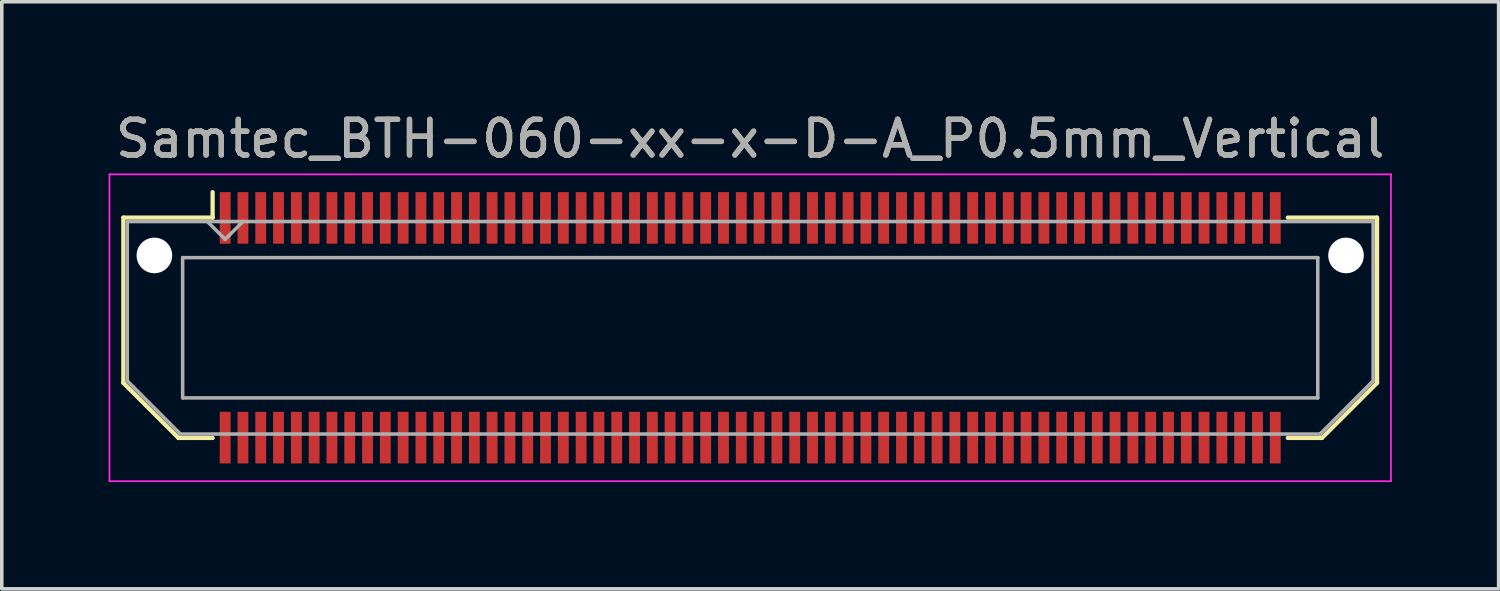
<source format=kicad_pcb>
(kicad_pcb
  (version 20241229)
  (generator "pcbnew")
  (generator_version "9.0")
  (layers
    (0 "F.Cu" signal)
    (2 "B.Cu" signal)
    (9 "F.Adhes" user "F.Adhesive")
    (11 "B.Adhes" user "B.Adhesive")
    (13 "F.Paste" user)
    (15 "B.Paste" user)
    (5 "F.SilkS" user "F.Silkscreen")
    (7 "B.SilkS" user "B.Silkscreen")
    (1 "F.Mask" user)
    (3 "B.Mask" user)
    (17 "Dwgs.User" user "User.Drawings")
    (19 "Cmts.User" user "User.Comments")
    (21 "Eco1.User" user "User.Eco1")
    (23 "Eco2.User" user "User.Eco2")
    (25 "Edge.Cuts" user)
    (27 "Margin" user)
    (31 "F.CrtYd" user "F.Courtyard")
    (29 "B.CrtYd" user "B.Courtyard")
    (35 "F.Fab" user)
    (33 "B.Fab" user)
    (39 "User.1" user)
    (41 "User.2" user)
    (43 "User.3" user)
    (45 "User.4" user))
  (footprint "Samtec_BTH-060-xx-x-D-A_P0.5mm_Vertical"
    (layer "F.Cu")
    (at 18.025 6.158)
    (property "Reference" "Samtec_BTH-060-xx-x-D-A_P0.5mm_Vertical" (at 0 -5.31 0) (layer "F.SilkS") (effects (font (size 1 1) (thickness 0.15))))
    (attr smd)
    (fp_line (start -17.61 -3.095) (end -17.61 1.548) (stroke (width 0.12) (type solid)) (layer "F.SilkS"))
    (fp_line (start -17.61 1.548) (end -16.062 3.095) (stroke (width 0.12) (type solid)) (layer "F.SilkS"))
    (fp_line (start -16.062 3.095) (end -15.102 3.095) (stroke (width 0.12) (type solid)) (layer "F.SilkS"))
    (fp_line (start -15.102 -3.811) (end -15.102 -3.095) (stroke (width 0.12) (type solid)) (layer "F.SilkS"))
    (fp_line (start -15.102 -3.095) (end -17.61 -3.095) (stroke (width 0.12) (type solid)) (layer "F.SilkS"))
    (fp_line (start 15.102 -3.095) (end 17.61 -3.095) (stroke (width 0.12) (type solid)) (layer "F.SilkS"))
    (fp_line (start 16.062 3.095) (end 15.102 3.095) (stroke (width 0.12) (type solid)) (layer "F.SilkS"))
    (fp_line (start 17.61 -3.095) (end 17.61 1.548) (stroke (width 0.12) (type solid)) (layer "F.SilkS"))
    (fp_line (start 17.61 1.548) (end 16.062 3.095) (stroke (width 0.12) (type solid)) (layer "F.SilkS"))
    (fp_line (start -18 -4.31) (end -18 4.31) (stroke (width 0.05) (type solid)) (layer "F.CrtYd"))
    (fp_line (start -18 4.31) (end 18 4.31) (stroke (width 0.05) (type solid)) (layer "F.CrtYd"))
    (fp_line (start 18 -4.31) (end -18 -4.31) (stroke (width 0.05) (type solid)) (layer "F.CrtYd"))
    (fp_line (start 18 4.31) (end 18 -4.31) (stroke (width 0.05) (type solid)) (layer "F.CrtYd"))
    (fp_line (start -17.5 -2.985) (end -17.5 1.492) (stroke (width 0.1) (type solid)) (layer "F.Fab"))
    (fp_line (start -17.5 -2.985) (end 17.5 -2.985) (stroke (width 0.1) (type solid)) (layer "F.Fab"))
    (fp_line (start -17.5 1.492) (end -16.008 2.985) (stroke (width 0.1) (type solid)) (layer "F.Fab"))
    (fp_line (start -16.008 2.985) (end 16.008 2.985) (stroke (width 0.1) (type solid)) (layer "F.Fab"))
    (fp_line (start -15.944 -1.97) (end -15.944 1.97) (stroke (width 0.1) (type solid)) (layer "F.Fab"))
    (fp_line (start -15.944 1.97) (end 15.944 1.97) (stroke (width 0.1) (type solid)) (layer "F.Fab"))
    (fp_line (start -14.75 -2.485) (end -15.25 -2.985) (stroke (width 0.1) (type solid)) (layer "F.Fab"))
    (fp_line (start -14.25 -2.985) (end -14.75 -2.485) (stroke (width 0.1) (type solid)) (layer "F.Fab"))
    (fp_line (start 15.944 -1.97) (end -15.944 -1.97) (stroke (width 0.1) (type solid)) (layer "F.Fab"))
    (fp_line (start 15.944 1.97) (end 15.944 -1.97) (stroke (width 0.1) (type solid)) (layer "F.Fab"))
    (fp_line (start 17.5 -2.985) (end 17.5 1.492) (stroke (width 0.1) (type solid)) (layer "F.Fab"))
    (fp_line (start 17.5 1.492) (end 16.008 2.985) (stroke (width 0.1) (type solid)) (layer "F.Fab"))
    (fp_text user "${REFERENCE}" (at 0 -5.31 0) (layer "F.Fab") (effects (font (size 1 1) (thickness 0.15))))
    (pad "" np_thru_hole circle (at -16.738 -2.032) (size 1 1) (drill 1) (layers "*.Cu" "*.Mask"))
    (pad "" np_thru_hole circle (at 16.738 -2.032) (size 1 1) (drill 1) (layers "*.Cu" "*.Mask"))
    (pad "1" smd rect (at -14.75 -3.086) (size 0.305 1.45) (layers "F.Cu" "F.Mask" "F.Paste"))
    (pad "2" smd rect (at -14.75 3.086) (size 0.305 1.45) (layers "F.Cu" "F.Mask" "F.Paste"))
    (pad "3" smd rect (at -14.25 -3.086) (size 0.305 1.45) (layers "F.Cu" "F.Mask" "F.Paste"))
    (pad "4" smd rect (at -14.25 3.086) (size 0.305 1.45) (layers "F.Cu" "F.Mask" "F.Paste"))
    (pad "5" smd rect (at -13.75 -3.086) (size 0.305 1.45) (layers "F.Cu" "F.Mask" "F.Paste"))
    (pad "6" smd rect (at -13.75 3.086) (size 0.305 1.45) (layers "F.Cu" "F.Mask" "F.Paste"))
    (pad "7" smd rect (at -13.25 -3.086) (size 0.305 1.45) (layers "F.Cu" "F.Mask" "F.Paste"))
    (pad "8" smd rect (at -13.25 3.086) (size 0.305 1.45) (layers "F.Cu" "F.Mask" "F.Paste"))
    (pad "9" smd rect (at -12.75 -3.086) (size 0.305 1.45) (layers "F.Cu" "F.Mask" "F.Paste"))
    (pad "10" smd rect (at -12.75 3.086) (size 0.305 1.45) (layers "F.Cu" "F.Mask" "F.Paste"))
    (pad "11" smd rect (at -12.25 -3.086) (size 0.305 1.45) (layers "F.Cu" "F.Mask" "F.Paste"))
    (pad "12" smd rect (at -12.25 3.086) (size 0.305 1.45) (layers "F.Cu" "F.Mask" "F.Paste"))
    (pad "13" smd rect (at -11.75 -3.086) (size 0.305 1.45) (layers "F.Cu" "F.Mask" "F.Paste"))
    (pad "14" smd rect (at -11.75 3.086) (size 0.305 1.45) (layers "F.Cu" "F.Mask" "F.Paste"))
    (pad "15" smd rect (at -11.25 -3.086) (size 0.305 1.45) (layers "F.Cu" "F.Mask" "F.Paste"))
    (pad "16" smd rect (at -11.25 3.086) (size 0.305 1.45) (layers "F.Cu" "F.Mask" "F.Paste"))
    (pad "17" smd rect (at -10.75 -3.086) (size 0.305 1.45) (layers "F.Cu" "F.Mask" "F.Paste"))
    (pad "18" smd rect (at -10.75 3.086) (size 0.305 1.45) (layers "F.Cu" "F.Mask" "F.Paste"))
    (pad "19" smd rect (at -10.25 -3.086) (size 0.305 1.45) (layers "F.Cu" "F.Mask" "F.Paste"))
    (pad "20" smd rect (at -10.25 3.086) (size 0.305 1.45) (layers "F.Cu" "F.Mask" "F.Paste"))
    (pad "21" smd rect (at -9.75 -3.086) (size 0.305 1.45) (layers "F.Cu" "F.Mask" "F.Paste"))
    (pad "22" smd rect (at -9.75 3.086) (size 0.305 1.45) (layers "F.Cu" "F.Mask" "F.Paste"))
    (pad "23" smd rect (at -9.25 -3.086) (size 0.305 1.45) (layers "F.Cu" "F.Mask" "F.Paste"))
    (pad "24" smd rect (at -9.25 3.086) (size 0.305 1.45) (layers "F.Cu" "F.Mask" "F.Paste"))
    (pad "25" smd rect (at -8.75 -3.086) (size 0.305 1.45) (layers "F.Cu" "F.Mask" "F.Paste"))
    (pad "26" smd rect (at -8.75 3.086) (size 0.305 1.45) (layers "F.Cu" "F.Mask" "F.Paste"))
    (pad "27" smd rect (at -8.25 -3.086) (size 0.305 1.45) (layers "F.Cu" "F.Mask" "F.Paste"))
    (pad "28" smd rect (at -8.25 3.086) (size 0.305 1.45) (layers "F.Cu" "F.Mask" "F.Paste"))
    (pad "29" smd rect (at -7.75 -3.086) (size 0.305 1.45) (layers "F.Cu" "F.Mask" "F.Paste"))
    (pad "30" smd rect (at -7.75 3.086) (size 0.305 1.45) (layers "F.Cu" "F.Mask" "F.Paste"))
    (pad "31" smd rect (at -7.25 -3.086) (size 0.305 1.45) (layers "F.Cu" "F.Mask" "F.Paste"))
    (pad "32" smd rect (at -7.25 3.086) (size 0.305 1.45) (layers "F.Cu" "F.Mask" "F.Paste"))
    (pad "33" smd rect (at -6.75 -3.086) (size 0.305 1.45) (layers "F.Cu" "F.Mask" "F.Paste"))
    (pad "34" smd rect (at -6.75 3.086) (size 0.305 1.45) (layers "F.Cu" "F.Mask" "F.Paste"))
    (pad "35" smd rect (at -6.25 -3.086) (size 0.305 1.45) (layers "F.Cu" "F.Mask" "F.Paste"))
    (pad "36" smd rect (at -6.25 3.086) (size 0.305 1.45) (layers "F.Cu" "F.Mask" "F.Paste"))
    (pad "37" smd rect (at -5.75 -3.086) (size 0.305 1.45) (layers "F.Cu" "F.Mask" "F.Paste"))
    (pad "38" smd rect (at -5.75 3.086) (size 0.305 1.45) (layers "F.Cu" "F.Mask" "F.Paste"))
    (pad "39" smd rect (at -5.25 -3.086) (size 0.305 1.45) (layers "F.Cu" "F.Mask" "F.Paste"))
    (pad "40" smd rect (at -5.25 3.086) (size 0.305 1.45) (layers "F.Cu" "F.Mask" "F.Paste"))
    (pad "41" smd rect (at -4.75 -3.086) (size 0.305 1.45) (layers "F.Cu" "F.Mask" "F.Paste"))
    (pad "42" smd rect (at -4.75 3.086) (size 0.305 1.45) (layers "F.Cu" "F.Mask" "F.Paste"))
    (pad "43" smd rect (at -4.25 -3.086) (size 0.305 1.45) (layers "F.Cu" "F.Mask" "F.Paste"))
    (pad "44" smd rect (at -4.25 3.086) (size 0.305 1.45) (layers "F.Cu" "F.Mask" "F.Paste"))
    (pad "45" smd rect (at -3.75 -3.086) (size 0.305 1.45) (layers "F.Cu" "F.Mask" "F.Paste"))
    (pad "46" smd rect (at -3.75 3.086) (size 0.305 1.45) (layers "F.Cu" "F.Mask" "F.Paste"))
    (pad "47" smd rect (at -3.25 -3.086) (size 0.305 1.45) (layers "F.Cu" "F.Mask" "F.Paste"))
    (pad "48" smd rect (at -3.25 3.086) (size 0.305 1.45) (layers "F.Cu" "F.Mask" "F.Paste"))
    (pad "49" smd rect (at -2.75 -3.086) (size 0.305 1.45) (layers "F.Cu" "F.Mask" "F.Paste"))
    (pad "50" smd rect (at -2.75 3.086) (size 0.305 1.45) (layers "F.Cu" "F.Mask" "F.Paste"))
    (pad "51" smd rect (at -2.25 -3.086) (size 0.305 1.45) (layers "F.Cu" "F.Mask" "F.Paste"))
    (pad "52" smd rect (at -2.25 3.086) (size 0.305 1.45) (layers "F.Cu" "F.Mask" "F.Paste"))
    (pad "53" smd rect (at -1.75 -3.086) (size 0.305 1.45) (layers "F.Cu" "F.Mask" "F.Paste"))
    (pad "54" smd rect (at -1.75 3.086) (size 0.305 1.45) (layers "F.Cu" "F.Mask" "F.Paste"))
    (pad "55" smd rect (at -1.25 -3.086) (size 0.305 1.45) (layers "F.Cu" "F.Mask" "F.Paste"))
    (pad "56" smd rect (at -1.25 3.086) (size 0.305 1.45) (layers "F.Cu" "F.Mask" "F.Paste"))
    (pad "57" smd rect (at -0.75 -3.086) (size 0.305 1.45) (layers "F.Cu" "F.Mask" "F.Paste"))
    (pad "58" smd rect (at -0.75 3.086) (size 0.305 1.45) (layers "F.Cu" "F.Mask" "F.Paste"))
    (pad "59" smd rect (at -0.25 -3.086) (size 0.305 1.45) (layers "F.Cu" "F.Mask" "F.Paste"))
    (pad "60" smd rect (at -0.25 3.086) (size 0.305 1.45) (layers "F.Cu" "F.Mask" "F.Paste"))
    (pad "61" smd rect (at 0.25 -3.086) (size 0.305 1.45) (layers "F.Cu" "F.Mask" "F.Paste"))
    (pad "62" smd rect (at 0.25 3.086) (size 0.305 1.45) (layers "F.Cu" "F.Mask" "F.Paste"))
    (pad "63" smd rect (at 0.75 -3.086) (size 0.305 1.45) (layers "F.Cu" "F.Mask" "F.Paste"))
    (pad "64" smd rect (at 0.75 3.086) (size 0.305 1.45) (layers "F.Cu" "F.Mask" "F.Paste"))
    (pad "65" smd rect (at 1.25 -3.086) (size 0.305 1.45) (layers "F.Cu" "F.Mask" "F.Paste"))
    (pad "66" smd rect (at 1.25 3.086) (size 0.305 1.45) (layers "F.Cu" "F.Mask" "F.Paste"))
    (pad "67" smd rect (at 1.75 -3.086) (size 0.305 1.45) (layers "F.Cu" "F.Mask" "F.Paste"))
    (pad "68" smd rect (at 1.75 3.086) (size 0.305 1.45) (layers "F.Cu" "F.Mask" "F.Paste"))
    (pad "69" smd rect (at 2.25 -3.086) (size 0.305 1.45) (layers "F.Cu" "F.Mask" "F.Paste"))
    (pad "70" smd rect (at 2.25 3.086) (size 0.305 1.45) (layers "F.Cu" "F.Mask" "F.Paste"))
    (pad "71" smd rect (at 2.75 -3.086) (size 0.305 1.45) (layers "F.Cu" "F.Mask" "F.Paste"))
    (pad "72" smd rect (at 2.75 3.086) (size 0.305 1.45) (layers "F.Cu" "F.Mask" "F.Paste"))
    (pad "73" smd rect (at 3.25 -3.086) (size 0.305 1.45) (layers "F.Cu" "F.Mask" "F.Paste"))
    (pad "74" smd rect (at 3.25 3.086) (size 0.305 1.45) (layers "F.Cu" "F.Mask" "F.Paste"))
    (pad "75" smd rect (at 3.75 -3.086) (size 0.305 1.45) (layers "F.Cu" "F.Mask" "F.Paste"))
    (pad "76" smd rect (at 3.75 3.086) (size 0.305 1.45) (layers "F.Cu" "F.Mask" "F.Paste"))
    (pad "77" smd rect (at 4.25 -3.086) (size 0.305 1.45) (layers "F.Cu" "F.Mask" "F.Paste"))
    (pad "78" smd rect (at 4.25 3.086) (size 0.305 1.45) (layers "F.Cu" "F.Mask" "F.Paste"))
    (pad "79" smd rect (at 4.75 -3.086) (size 0.305 1.45) (layers "F.Cu" "F.Mask" "F.Paste"))
    (pad "80" smd rect (at 4.75 3.086) (size 0.305 1.45) (layers "F.Cu" "F.Mask" "F.Paste"))
    (pad "81" smd rect (at 5.25 -3.086) (size 0.305 1.45) (layers "F.Cu" "F.Mask" "F.Paste"))
    (pad "82" smd rect (at 5.25 3.086) (size 0.305 1.45) (layers "F.Cu" "F.Mask" "F.Paste"))
    (pad "83" smd rect (at 5.75 -3.086) (size 0.305 1.45) (layers "F.Cu" "F.Mask" "F.Paste"))
    (pad "84" smd rect (at 5.75 3.086) (size 0.305 1.45) (layers "F.Cu" "F.Mask" "F.Paste"))
    (pad "85" smd rect (at 6.25 -3.086) (size 0.305 1.45) (layers "F.Cu" "F.Mask" "F.Paste"))
    (pad "86" smd rect (at 6.25 3.086) (size 0.305 1.45) (layers "F.Cu" "F.Mask" "F.Paste"))
    (pad "87" smd rect (at 6.75 -3.086) (size 0.305 1.45) (layers "F.Cu" "F.Mask" "F.Paste"))
    (pad "88" smd rect (at 6.75 3.086) (size 0.305 1.45) (layers "F.Cu" "F.Mask" "F.Paste"))
    (pad "89" smd rect (at 7.25 -3.086) (size 0.305 1.45) (layers "F.Cu" "F.Mask" "F.Paste"))
    (pad "90" smd rect (at 7.25 3.086) (size 0.305 1.45) (layers "F.Cu" "F.Mask" "F.Paste"))
    (pad "91" smd rect (at 7.75 -3.086) (size 0.305 1.45) (layers "F.Cu" "F.Mask" "F.Paste"))
    (pad "92" smd rect (at 7.75 3.086) (size 0.305 1.45) (layers "F.Cu" "F.Mask" "F.Paste"))
    (pad "93" smd rect (at 8.25 -3.086) (size 0.305 1.45) (layers "F.Cu" "F.Mask" "F.Paste"))
    (pad "94" smd rect (at 8.25 3.086) (size 0.305 1.45) (layers "F.Cu" "F.Mask" "F.Paste"))
    (pad "95" smd rect (at 8.75 -3.086) (size 0.305 1.45) (layers "F.Cu" "F.Mask" "F.Paste"))
    (pad "96" smd rect (at 8.75 3.086) (size 0.305 1.45) (layers "F.Cu" "F.Mask" "F.Paste"))
    (pad "97" smd rect (at 9.25 -3.086) (size 0.305 1.45) (layers "F.Cu" "F.Mask" "F.Paste"))
    (pad "98" smd rect (at 9.25 3.086) (size 0.305 1.45) (layers "F.Cu" "F.Mask" "F.Paste"))
    (pad "99" smd rect (at 9.75 -3.086) (size 0.305 1.45) (layers "F.Cu" "F.Mask" "F.Paste"))
    (pad "100" smd rect (at 9.75 3.086) (size 0.305 1.45) (layers "F.Cu" "F.Mask" "F.Paste"))
    (pad "101" smd rect (at 10.25 -3.086) (size 0.305 1.45) (layers "F.Cu" "F.Mask" "F.Paste"))
    (pad "102" smd rect (at 10.25 3.086) (size 0.305 1.45) (layers "F.Cu" "F.Mask" "F.Paste"))
    (pad "103" smd rect (at 10.75 -3.086) (size 0.305 1.45) (layers "F.Cu" "F.Mask" "F.Paste"))
    (pad "104" smd rect (at 10.75 3.086) (size 0.305 1.45) (layers "F.Cu" "F.Mask" "F.Paste"))
    (pad "105" smd rect (at 11.25 -3.086) (size 0.305 1.45) (layers "F.Cu" "F.Mask" "F.Paste"))
    (pad "106" smd rect (at 11.25 3.086) (size 0.305 1.45) (layers "F.Cu" "F.Mask" "F.Paste"))
    (pad "107" smd rect (at 11.75 -3.086) (size 0.305 1.45) (layers "F.Cu" "F.Mask" "F.Paste"))
    (pad "108" smd rect (at 11.75 3.086) (size 0.305 1.45) (layers "F.Cu" "F.Mask" "F.Paste"))
    (pad "109" smd rect (at 12.25 -3.086) (size 0.305 1.45) (layers "F.Cu" "F.Mask" "F.Paste"))
    (pad "110" smd rect (at 12.25 3.086) (size 0.305 1.45) (layers "F.Cu" "F.Mask" "F.Paste"))
    (pad "111" smd rect (at 12.75 -3.086) (size 0.305 1.45) (layers "F.Cu" "F.Mask" "F.Paste"))
    (pad "112" smd rect (at 12.75 3.086) (size 0.305 1.45) (layers "F.Cu" "F.Mask" "F.Paste"))
    (pad "113" smd rect (at 13.25 -3.086) (size 0.305 1.45) (layers "F.Cu" "F.Mask" "F.Paste"))
    (pad "114" smd rect (at 13.25 3.086) (size 0.305 1.45) (layers "F.Cu" "F.Mask" "F.Paste"))
    (pad "115" smd rect (at 13.75 -3.086) (size 0.305 1.45) (layers "F.Cu" "F.Mask" "F.Paste"))
    (pad "116" smd rect (at 13.75 3.086) (size 0.305 1.45) (layers "F.Cu" "F.Mask" "F.Paste"))
    (pad "117" smd rect (at 14.25 -3.086) (size 0.305 1.45) (layers "F.Cu" "F.Mask" "F.Paste"))
    (pad "118" smd rect (at 14.25 3.086) (size 0.305 1.45) (layers "F.Cu" "F.Mask" "F.Paste"))
    (pad "119" smd rect (at 14.75 -3.086) (size 0.305 1.45) (layers "F.Cu" "F.Mask" "F.Paste"))
    (pad "120" smd rect (at 14.75 3.086) (size 0.305 1.45) (layers "F.Cu" "F.Mask" "F.Paste")))
  (gr_rect
    (start -3 -3)
    (end 39.05 13.493)
    (stroke (width 0.1) (type default))
    (fill no)
    (layer "Edge.Cuts")))
</source>
